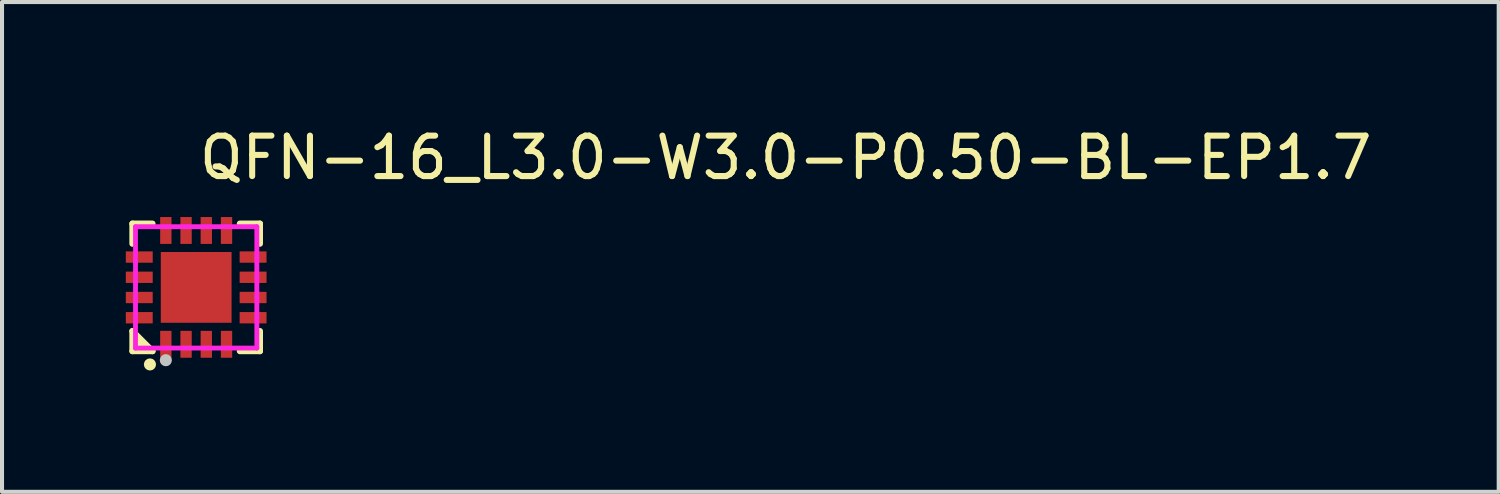
<source format=kicad_pcb>
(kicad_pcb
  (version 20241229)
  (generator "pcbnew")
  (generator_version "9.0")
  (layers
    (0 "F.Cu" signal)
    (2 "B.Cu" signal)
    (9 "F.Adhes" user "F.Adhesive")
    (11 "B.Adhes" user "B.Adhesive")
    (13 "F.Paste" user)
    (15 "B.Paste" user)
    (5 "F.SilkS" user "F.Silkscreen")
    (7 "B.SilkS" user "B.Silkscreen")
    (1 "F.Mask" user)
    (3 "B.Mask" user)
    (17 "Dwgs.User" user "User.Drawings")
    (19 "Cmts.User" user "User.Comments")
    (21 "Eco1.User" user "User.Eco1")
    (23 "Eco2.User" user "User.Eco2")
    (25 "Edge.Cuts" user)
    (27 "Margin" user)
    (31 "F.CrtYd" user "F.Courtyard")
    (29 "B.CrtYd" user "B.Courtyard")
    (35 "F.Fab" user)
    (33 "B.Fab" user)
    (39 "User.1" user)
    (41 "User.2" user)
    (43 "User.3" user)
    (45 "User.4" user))
  (footprint "QFN-16_L3.0-W3.0-P0.50-BL-EP1.7"
    (layer "F.Cu")
    (at 1.8 4.055)
    (property "Reference" "QFN-16_L3.0-W3.0-P0.50-BL-EP1.7" (at 0 -3.207 0) (layer "F.SilkS") (effects (font (size 1 1) (thickness 0.15)) (justify left)))
    (attr through_hole)
    (fp_line (start -1.576 -1.576) (end -1.08 -1.576) (stroke (width 0.152) (type solid)) (layer "F.SilkS"))
    (fp_line (start -1.576 -1.08) (end -1.576 -1.576) (stroke (width 0.152) (type solid)) (layer "F.SilkS"))
    (fp_line (start -1.576 1.08) (end -1.576 1.576) (stroke (width 0.152) (type solid)) (layer "F.SilkS"))
    (fp_line (start -1.576 1.576) (end -1.08 1.576) (stroke (width 0.152) (type solid)) (layer "F.SilkS"))
    (fp_line (start -1.08 1.576) (end -1.576 1.08) (stroke (width 0.152) (type solid)) (layer "F.SilkS"))
    (fp_line (start 1.576 -1.576) (end 1.08 -1.576) (stroke (width 0.152) (type solid)) (layer "F.SilkS"))
    (fp_line (start 1.576 -1.08) (end 1.576 -1.576) (stroke (width 0.152) (type solid)) (layer "F.SilkS"))
    (fp_line (start 1.576 1.08) (end 1.576 1.576) (stroke (width 0.152) (type solid)) (layer "F.SilkS"))
    (fp_line (start 1.576 1.576) (end 1.08 1.576) (stroke (width 0.152) (type solid)) (layer "F.SilkS"))
    (fp_circle (center -1.143 1.905) (end -1.068 1.905) (stroke (width 0.15) (type solid)) (fill no) (layer "F.SilkS"))
    (fp_poly (pts (xy -1.524 1.576) (xy -1.524 1.143) (xy -1.143 1.576) (xy -1.524 1.576)) (stroke (width 0.12) (type solid)) (fill yes) (layer "F.SilkS"))
    (fp_poly (pts (xy -1.075 -0.61) (xy -1.075 -0.89) (xy -1.74 -0.89) (xy -1.74 -0.61)) (stroke (width 0.12) (type solid)) (fill yes) (layer "F.Paste"))
    (fp_poly (pts (xy -1.075 -0.11) (xy -1.075 -0.39) (xy -1.74 -0.39) (xy -1.74 -0.11)) (stroke (width 0.12) (type solid)) (fill yes) (layer "F.Paste"))
    (fp_poly (pts (xy -1.075 0.39) (xy -1.075 0.11) (xy -1.74 0.11) (xy -1.74 0.39)) (stroke (width 0.12) (type solid)) (fill yes) (layer "F.Paste"))
    (fp_poly (pts (xy -1.075 0.89) (xy -1.075 0.61) (xy -1.74 0.61) (xy -1.74 0.89)) (stroke (width 0.12) (type solid)) (fill yes) (layer "F.Paste"))
    (fp_poly (pts (xy -0.89 -1.74) (xy -0.89 -1.075) (xy -0.61 -1.075) (xy -0.61 -1.74)) (stroke (width 0.12) (type solid)) (fill yes) (layer "F.Paste"))
    (fp_poly (pts (xy -0.89 1.74) (xy -0.89 1.075) (xy -0.61 1.075) (xy -0.61 1.74)) (stroke (width 0.12) (type solid)) (fill yes) (layer "F.Paste"))
    (fp_poly (pts (xy -0.7 -0.7) (xy 0.7 -0.7) (xy 0.7 0.7) (xy -0.7 0.7)) (stroke (width 0.12) (type solid)) (fill yes) (layer "F.Paste"))
    (fp_poly (pts (xy -0.39 -1.74) (xy -0.39 -1.075) (xy -0.11 -1.075) (xy -0.11 -1.74)) (stroke (width 0.12) (type solid)) (fill yes) (layer "F.Paste"))
    (fp_poly (pts (xy -0.39 1.74) (xy -0.39 1.075) (xy -0.11 1.075) (xy -0.11 1.74)) (stroke (width 0.12) (type solid)) (fill yes) (layer "F.Paste"))
    (fp_poly (pts (xy 0.11 -1.74) (xy 0.11 -1.075) (xy 0.39 -1.075) (xy 0.39 -1.74)) (stroke (width 0.12) (type solid)) (fill yes) (layer "F.Paste"))
    (fp_poly (pts (xy 0.11 1.74) (xy 0.11 1.075) (xy 0.39 1.075) (xy 0.39 1.74)) (stroke (width 0.12) (type solid)) (fill yes) (layer "F.Paste"))
    (fp_poly (pts (xy 0.61 -1.74) (xy 0.61 -1.075) (xy 0.89 -1.075) (xy 0.89 -1.74)) (stroke (width 0.12) (type solid)) (fill yes) (layer "F.Paste"))
    (fp_poly (pts (xy 0.61 1.74) (xy 0.61 1.075) (xy 0.89 1.075) (xy 0.89 1.74)) (stroke (width 0.12) (type solid)) (fill yes) (layer "F.Paste"))
    (fp_poly (pts (xy 1.74 -0.61) (xy 1.74 -0.89) (xy 1.075 -0.89) (xy 1.075 -0.61)) (stroke (width 0.12) (type solid)) (fill yes) (layer "F.Paste"))
    (fp_poly (pts (xy 1.74 -0.11) (xy 1.74 -0.39) (xy 1.075 -0.39) (xy 1.075 -0.11)) (stroke (width 0.12) (type solid)) (fill yes) (layer "F.Paste"))
    (fp_poly (pts (xy 1.74 0.39) (xy 1.74 0.11) (xy 1.075 0.11) (xy 1.075 0.39)) (stroke (width 0.12) (type solid)) (fill yes) (layer "F.Paste"))
    (fp_poly (pts (xy 1.74 0.89) (xy 1.74 0.61) (xy 1.075 0.61) (xy 1.075 0.89)) (stroke (width 0.12) (type solid)) (fill yes) (layer "F.Paste"))
    (fp_circle (center -0.75 1.8) (end -0.675 1.8) (stroke (width 0.15) (type solid)) (fill no) (layer "Dwgs.User"))
    (fp_circle (center -1.5 1.5) (end -1.47 1.5) (stroke (width 0.06) (type solid)) (fill no) (layer "Eco2.User"))
    (fp_poly (pts (xy -1.1 -0.647) (xy -1.1 -0.853) (xy -1.5 -0.853) (xy -1.5 -0.647)) (stroke (width 0.12) (type solid)) (fill no) (layer "Eco2.User"))
    (fp_poly (pts (xy -1.1 -0.147) (xy -1.1 -0.353) (xy -1.5 -0.353) (xy -1.5 -0.147)) (stroke (width 0.12) (type solid)) (fill no) (layer "Eco2.User"))
    (fp_poly (pts (xy -1.1 0.353) (xy -1.1 0.147) (xy -1.5 0.147) (xy -1.5 0.353)) (stroke (width 0.12) (type solid)) (fill no) (layer "Eco2.User"))
    (fp_poly (pts (xy -1.1 0.853) (xy -1.1 0.647) (xy -1.5 0.647) (xy -1.5 0.853)) (stroke (width 0.12) (type solid)) (fill no) (layer "Eco2.User"))
    (fp_poly (pts (xy -0.853 -1.5) (xy -0.853 -1.1) (xy -0.647 -1.1) (xy -0.647 -1.5)) (stroke (width 0.12) (type solid)) (fill no) (layer "Eco2.User"))
    (fp_poly (pts (xy -0.853 1.5) (xy -0.853 1.1) (xy -0.647 1.1) (xy -0.647 1.5)) (stroke (width 0.12) (type solid)) (fill no) (layer "Eco2.User"))
    (fp_poly (pts (xy -0.85 -0.85) (xy 0.85 -0.85) (xy 0.85 0.85) (xy -0.85 0.85)) (stroke (width 0.12) (type solid)) (fill no) (layer "Eco2.User"))
    (fp_poly (pts (xy -0.353 -1.5) (xy -0.353 -1.1) (xy -0.147 -1.1) (xy -0.147 -1.5)) (stroke (width 0.12) (type solid)) (fill no) (layer "Eco2.User"))
    (fp_poly (pts (xy -0.353 1.5) (xy -0.353 1.1) (xy -0.147 1.1) (xy -0.147 1.5)) (stroke (width 0.12) (type solid)) (fill no) (layer "Eco2.User"))
    (fp_poly (pts (xy 0.147 -1.5) (xy 0.147 -1.1) (xy 0.353 -1.1) (xy 0.353 -1.5)) (stroke (width 0.12) (type solid)) (fill no) (layer "Eco2.User"))
    (fp_poly (pts (xy 0.147 1.5) (xy 0.147 1.1) (xy 0.353 1.1) (xy 0.353 1.5)) (stroke (width 0.12) (type solid)) (fill no) (layer "Eco2.User"))
    (fp_poly (pts (xy 0.647 -1.5) (xy 0.647 -1.1) (xy 0.853 -1.1) (xy 0.853 -1.5)) (stroke (width 0.12) (type solid)) (fill no) (layer "Eco2.User"))
    (fp_poly (pts (xy 0.647 1.5) (xy 0.647 1.1) (xy 0.853 1.1) (xy 0.853 1.5)) (stroke (width 0.12) (type solid)) (fill no) (layer "Eco2.User"))
    (fp_poly (pts (xy 1.1 -0.647) (xy 1.1 -0.853) (xy 1.5 -0.853) (xy 1.5 -0.647)) (stroke (width 0.12) (type solid)) (fill no) (layer "Eco2.User"))
    (fp_poly (pts (xy 1.1 -0.147) (xy 1.1 -0.353) (xy 1.5 -0.353) (xy 1.5 -0.147)) (stroke (width 0.12) (type solid)) (fill no) (layer "Eco2.User"))
    (fp_poly (pts (xy 1.1 0.353) (xy 1.1 0.147) (xy 1.5 0.147) (xy 1.5 0.353)) (stroke (width 0.12) (type solid)) (fill no) (layer "Eco2.User"))
    (fp_poly (pts (xy 1.1 0.853) (xy 1.1 0.647) (xy 1.5 0.647) (xy 1.5 0.853)) (stroke (width 0.12) (type solid)) (fill no) (layer "Eco2.User"))
    (fp_line (start -1.5 -1.5) (end 1.5 -1.5) (stroke (width 0.12) (type solid)) (layer "F.CrtYd"))
    (fp_line (start -1.5 1.5) (end -1.5 -1.5) (stroke (width 0.12) (type solid)) (layer "F.CrtYd"))
    (fp_line (start 1.5 -1.5) (end 1.5 1.5) (stroke (width 0.12) (type solid)) (layer "F.CrtYd"))
    (fp_line (start 1.5 1.5) (end -1.5 1.5) (stroke (width 0.12) (type solid)) (layer "F.CrtYd"))
    (pad "1" smd rect (at -0.75 1.407) (size 0.28 0.665) (layers "F.Cu" "F.Mask" "F.Paste"))
    (pad "2" smd rect (at -0.25 1.407) (size 0.28 0.665) (layers "F.Cu" "F.Mask" "F.Paste"))
    (pad "3" smd rect (at 0.25 1.407) (size 0.28 0.665) (layers "F.Cu" "F.Mask" "F.Paste"))
    (pad "4" smd rect (at 0.75 1.407) (size 0.28 0.665) (layers "F.Cu" "F.Mask" "F.Paste"))
    (pad "5" smd rect (at 1.407 0.75) (size 0.665 0.28) (layers "F.Cu" "F.Mask" "F.Paste"))
    (pad "6" smd rect (at 1.407 0.25) (size 0.665 0.28) (layers "F.Cu" "F.Mask" "F.Paste"))
    (pad "7" smd rect (at 1.407 -0.25) (size 0.665 0.28) (layers "F.Cu" "F.Mask" "F.Paste"))
    (pad "8" smd rect (at 1.407 -0.75) (size 0.665 0.28) (layers "F.Cu" "F.Mask" "F.Paste"))
    (pad "9" smd rect (at 0.75 -1.407) (size 0.28 0.665) (layers "F.Cu" "F.Mask" "F.Paste"))
    (pad "10" smd rect (at 0.25 -1.407) (size 0.28 0.665) (layers "F.Cu" "F.Mask" "F.Paste"))
    (pad "11" smd rect (at -0.25 -1.407) (size 0.28 0.665) (layers "F.Cu" "F.Mask" "F.Paste"))
    (pad "12" smd rect (at -0.75 -1.407) (size 0.28 0.665) (layers "F.Cu" "F.Mask" "F.Paste"))
    (pad "13" smd rect (at -1.407 -0.75) (size 0.665 0.28) (layers "F.Cu" "F.Mask" "F.Paste"))
    (pad "14" smd rect (at -1.407 -0.25) (size 0.665 0.28) (layers "F.Cu" "F.Mask" "F.Paste"))
    (pad "15" smd rect (at -1.407 0.25) (size 0.665 0.28) (layers "F.Cu" "F.Mask" "F.Paste"))
    (pad "16" smd rect (at -1.407 0.75) (size 0.665 0.28) (layers "F.Cu" "F.Mask" "F.Paste"))
    (pad "17" smd rect (at 0 0) (size 1.75 1.75) (layers "F.Cu" "F.Mask" "F.Paste")))
  (gr_rect
    (start -3 -3)
    (end 34.002 9.11)
    (stroke (width 0.1) (type default))
    (fill no)
    (layer "Edge.Cuts")))
</source>
